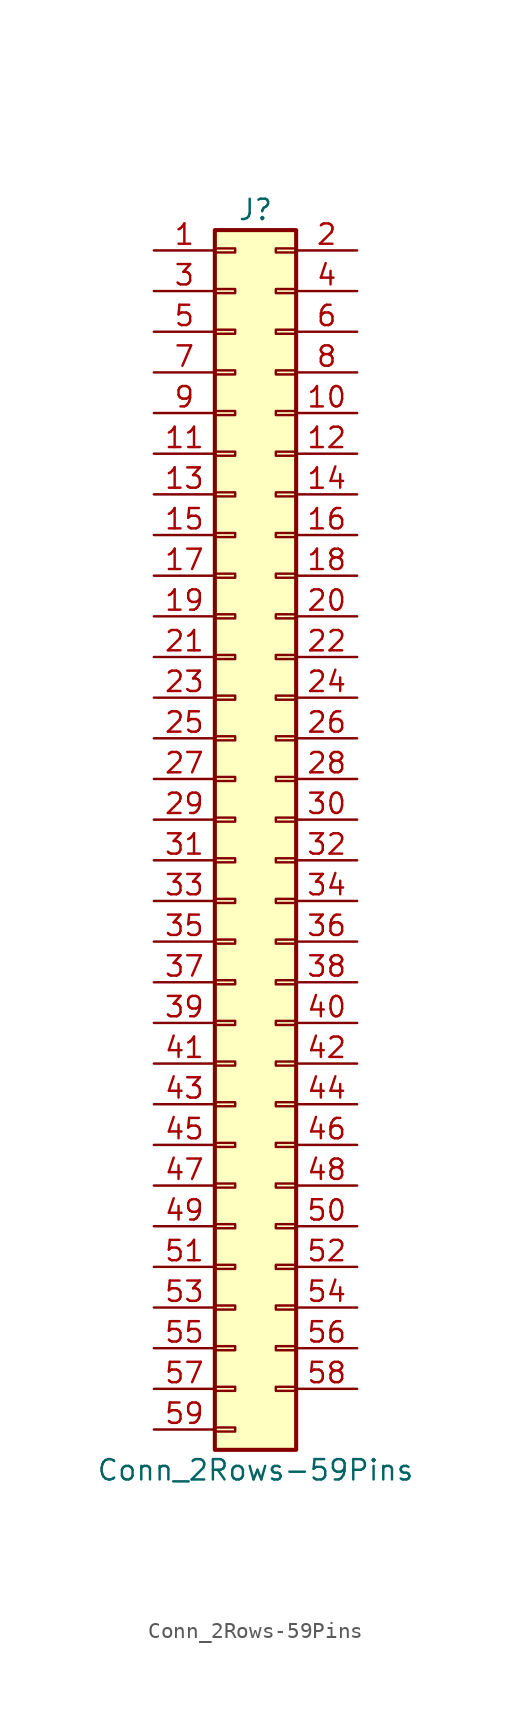
<source format=kicad_sym>
(kicad_symbol_lib
  (version 20200908)
  (generator kicad_symbol_editor)
  (symbol "Connector_Generic:Conn_2Rows-59Pins"
    (pin_names
      (offset 1.016) hide)
    (property "Reference" "J"
      (at 1.27 38.1 0)
      (effects (font (size 1.27 1.27))))
    (property "Value" "Conn_2Rows-59Pins"
      (at 1.27 -40.64 0)
      (effects (font (size 1.27 1.27))))
    (symbol "Conn_2Rows-59Pins_1_1"
      (rectangle (start -1.27 -27.813) (end 0 -28.067) (stroke (width 0.152)) (fill (type none)))
      (rectangle (start -1.27 -30.353) (end 0 -30.607) (stroke (width 0.152)) (fill (type none)))
      (rectangle (start -1.27 -32.893) (end 0 -33.147) (stroke (width 0.152)) (fill (type none)))
      (rectangle (start -1.27 -35.433) (end 0 -35.687) (stroke (width 0.152)) (fill (type none)))
      (rectangle (start -1.27 -37.973) (end 0 -38.227) (stroke (width 0.152)) (fill (type none)))
      (rectangle (start -1.27 -4.953) (end 0 -5.207) (stroke (width 0.152)) (fill (type none)))
      (rectangle (start -1.27 -7.493) (end 0 -7.747) (stroke (width 0.152)) (fill (type none)))
      (rectangle (start -1.27 -10.033) (end 0 -10.287) (stroke (width 0.152)) (fill (type none)))
      (rectangle (start -1.27 -12.573) (end 0 -12.827) (stroke (width 0.152)) (fill (type none)))
      (rectangle (start -1.27 -15.113) (end 0 -15.367) (stroke (width 0.152)) (fill (type none)))
      (rectangle (start -1.27 -17.653) (end 0 -17.907) (stroke (width 0.152)) (fill (type none)))
      (rectangle (start -1.27 -20.193) (end 0 -20.447) (stroke (width 0.152)) (fill (type none)))
      (rectangle (start -1.27 -22.733) (end 0 -22.987) (stroke (width 0.152)) (fill (type none)))
      (rectangle (start -1.27 -2.413) (end 0 -2.667) (stroke (width 0.152)) (fill (type none)))
      (rectangle (start -1.27 -25.273) (end 0 -25.527) (stroke (width 0.152)) (fill (type none)))
      (rectangle (start -1.27 25.527) (end 0 25.273) (stroke (width 0.152)) (fill (type none)))
      (rectangle (start -1.27 2.667) (end 0 2.413) (stroke (width 0.152)) (fill (type none)))
      (rectangle (start -1.27 28.067) (end 0 27.813) (stroke (width 0.152)) (fill (type none)))
      (rectangle (start -1.27 30.607) (end 0 30.353) (stroke (width 0.152)) (fill (type none)))
      (rectangle (start -1.27 33.147) (end 0 32.893) (stroke (width 0.152)) (fill (type none)))
      (rectangle (start -1.27 35.687) (end 0 35.433) (stroke (width 0.152)) (fill (type none)))
      (rectangle (start -1.27 36.83) (end 3.81 -39.37) (stroke (width 0.254)) (fill (type background)))
      (rectangle (start -1.27 5.207) (end 0 4.953) (stroke (width 0.152)) (fill (type none)))
      (rectangle (start -1.27 7.747) (end 0 7.493) (stroke (width 0.152)) (fill (type none)))
      (rectangle (start -1.27 10.287) (end 0 10.033) (stroke (width 0.152)) (fill (type none)))
      (rectangle (start -1.27 0.127) (end 0 -0.127) (stroke (width 0.152)) (fill (type none)))
      (rectangle (start -1.27 12.827) (end 0 12.573) (stroke (width 0.152)) (fill (type none)))
      (rectangle (start -1.27 15.367) (end 0 15.113) (stroke (width 0.152)) (fill (type none)))
      (rectangle (start -1.27 17.907) (end 0 17.653) (stroke (width 0.152)) (fill (type none)))
      (rectangle (start -1.27 20.447) (end 0 20.193) (stroke (width 0.152)) (fill (type none)))
      (rectangle (start -1.27 22.987) (end 0 22.733) (stroke (width 0.152)) (fill (type none)))
      (rectangle (start 3.81 -27.813) (end 2.54 -28.067) (stroke (width 0.152)) (fill (type none)))
      (rectangle (start 3.81 -30.353) (end 2.54 -30.607) (stroke (width 0.152)) (fill (type none)))
      (rectangle (start 3.81 -32.893) (end 2.54 -33.147) (stroke (width 0.152)) (fill (type none)))
      (rectangle (start 3.81 -35.433) (end 2.54 -35.687) (stroke (width 0.152)) (fill (type none)))
      (rectangle (start 3.81 -4.953) (end 2.54 -5.207) (stroke (width 0.152)) (fill (type none)))
      (rectangle (start 3.81 -7.493) (end 2.54 -7.747) (stroke (width 0.152)) (fill (type none)))
      (rectangle (start 3.81 -10.033) (end 2.54 -10.287) (stroke (width 0.152)) (fill (type none)))
      (rectangle (start 3.81 -12.573) (end 2.54 -12.827) (stroke (width 0.152)) (fill (type none)))
      (rectangle (start 3.81 -15.113) (end 2.54 -15.367) (stroke (width 0.152)) (fill (type none)))
      (rectangle (start 3.81 -17.653) (end 2.54 -17.907) (stroke (width 0.152)) (fill (type none)))
      (rectangle (start 3.81 -20.193) (end 2.54 -20.447) (stroke (width 0.152)) (fill (type none)))
      (rectangle (start 3.81 -22.733) (end 2.54 -22.987) (stroke (width 0.152)) (fill (type none)))
      (rectangle (start 3.81 -2.413) (end 2.54 -2.667) (stroke (width 0.152)) (fill (type none)))
      (rectangle (start 3.81 -25.273) (end 2.54 -25.527) (stroke (width 0.152)) (fill (type none)))
      (rectangle (start 3.81 25.527) (end 2.54 25.273) (stroke (width 0.152)) (fill (type none)))
      (rectangle (start 3.81 2.667) (end 2.54 2.413) (stroke (width 0.152)) (fill (type none)))
      (rectangle (start 3.81 28.067) (end 2.54 27.813) (stroke (width 0.152)) (fill (type none)))
      (rectangle (start 3.81 30.607) (end 2.54 30.353) (stroke (width 0.152)) (fill (type none)))
      (rectangle (start 3.81 33.147) (end 2.54 32.893) (stroke (width 0.152)) (fill (type none)))
      (rectangle (start 3.81 35.687) (end 2.54 35.433) (stroke (width 0.152)) (fill (type none)))
      (rectangle (start 3.81 5.207) (end 2.54 4.953) (stroke (width 0.152)) (fill (type none)))
      (rectangle (start 3.81 7.747) (end 2.54 7.493) (stroke (width 0.152)) (fill (type none)))
      (rectangle (start 3.81 10.287) (end 2.54 10.033) (stroke (width 0.152)) (fill (type none)))
      (rectangle (start 3.81 0.127) (end 2.54 -0.127) (stroke (width 0.152)) (fill (type none)))
      (rectangle (start 3.81 12.827) (end 2.54 12.573) (stroke (width 0.152)) (fill (type none)))
      (rectangle (start 3.81 15.367) (end 2.54 15.113) (stroke (width 0.152)) (fill (type none)))
      (rectangle (start 3.81 17.907) (end 2.54 17.653) (stroke (width 0.152)) (fill (type none)))
      (rectangle (start 3.81 20.447) (end 2.54 20.193) (stroke (width 0.152)) (fill (type none)))
      (rectangle (start 3.81 22.987) (end 2.54 22.733) (stroke (width 0.152)) (fill (type none)))
      (pin passive line (at -5.08 35.56 0) (length 3.81) (name "Pin_1" (effects (font (size 1.27 1.27)))) (number "1" (effects (font (size 1.27 1.27)))))
      (pin passive line (at 7.62 25.4 180) (length 3.81) (name "Pin_10" (effects (font (size 1.27 1.27)))) (number "10" (effects (font (size 1.27 1.27)))))
      (pin passive line (at -5.08 22.86 0) (length 3.81) (name "Pin_11" (effects (font (size 1.27 1.27)))) (number "11" (effects (font (size 1.27 1.27)))))
      (pin passive line (at 7.62 22.86 180) (length 3.81) (name "Pin_12" (effects (font (size 1.27 1.27)))) (number "12" (effects (font (size 1.27 1.27)))))
      (pin passive line (at -5.08 20.32 0) (length 3.81) (name "Pin_13" (effects (font (size 1.27 1.27)))) (number "13" (effects (font (size 1.27 1.27)))))
      (pin passive line (at 7.62 20.32 180) (length 3.81) (name "Pin_14" (effects (font (size 1.27 1.27)))) (number "14" (effects (font (size 1.27 1.27)))))
      (pin passive line (at -5.08 17.78 0) (length 3.81) (name "Pin_15" (effects (font (size 1.27 1.27)))) (number "15" (effects (font (size 1.27 1.27)))))
      (pin passive line (at 7.62 17.78 180) (length 3.81) (name "Pin_16" (effects (font (size 1.27 1.27)))) (number "16" (effects (font (size 1.27 1.27)))))
      (pin passive line (at -5.08 15.24 0) (length 3.81) (name "Pin_17" (effects (font (size 1.27 1.27)))) (number "17" (effects (font (size 1.27 1.27)))))
      (pin passive line (at 7.62 15.24 180) (length 3.81) (name "Pin_18" (effects (font (size 1.27 1.27)))) (number "18" (effects (font (size 1.27 1.27)))))
      (pin passive line (at -5.08 12.7 0) (length 3.81) (name "Pin_19" (effects (font (size 1.27 1.27)))) (number "19" (effects (font (size 1.27 1.27)))))
      (pin passive line (at 7.62 35.56 180) (length 3.81) (name "Pin_2" (effects (font (size 1.27 1.27)))) (number "2" (effects (font (size 1.27 1.27)))))
      (pin passive line (at 7.62 12.7 180) (length 3.81) (name "Pin_20" (effects (font (size 1.27 1.27)))) (number "20" (effects (font (size 1.27 1.27)))))
      (pin passive line (at -5.08 10.16 0) (length 3.81) (name "Pin_21" (effects (font (size 1.27 1.27)))) (number "21" (effects (font (size 1.27 1.27)))))
      (pin passive line (at 7.62 10.16 180) (length 3.81) (name "Pin_22" (effects (font (size 1.27 1.27)))) (number "22" (effects (font (size 1.27 1.27)))))
      (pin passive line (at -5.08 7.62 0) (length 3.81) (name "Pin_23" (effects (font (size 1.27 1.27)))) (number "23" (effects (font (size 1.27 1.27)))))
      (pin passive line (at 7.62 7.62 180) (length 3.81) (name "Pin_24" (effects (font (size 1.27 1.27)))) (number "24" (effects (font (size 1.27 1.27)))))
      (pin passive line (at -5.08 5.08 0) (length 3.81) (name "Pin_25" (effects (font (size 1.27 1.27)))) (number "25" (effects (font (size 1.27 1.27)))))
      (pin passive line (at 7.62 5.08 180) (length 3.81) (name "Pin_26" (effects (font (size 1.27 1.27)))) (number "26" (effects (font (size 1.27 1.27)))))
      (pin passive line (at -5.08 2.54 0) (length 3.81) (name "Pin_27" (effects (font (size 1.27 1.27)))) (number "27" (effects (font (size 1.27 1.27)))))
      (pin passive line (at 7.62 2.54 180) (length 3.81) (name "Pin_28" (effects (font (size 1.27 1.27)))) (number "28" (effects (font (size 1.27 1.27)))))
      (pin passive line (at -5.08 0 0) (length 3.81) (name "Pin_29" (effects (font (size 1.27 1.27)))) (number "29" (effects (font (size 1.27 1.27)))))
      (pin passive line (at -5.08 33.02 0) (length 3.81) (name "Pin_3" (effects (font (size 1.27 1.27)))) (number "3" (effects (font (size 1.27 1.27)))))
      (pin passive line (at 7.62 0 180) (length 3.81) (name "Pin_30" (effects (font (size 1.27 1.27)))) (number "30" (effects (font (size 1.27 1.27)))))
      (pin passive line (at -5.08 -2.54 0) (length 3.81) (name "Pin_31" (effects (font (size 1.27 1.27)))) (number "31" (effects (font (size 1.27 1.27)))))
      (pin passive line (at 7.62 -2.54 180) (length 3.81) (name "Pin_32" (effects (font (size 1.27 1.27)))) (number "32" (effects (font (size 1.27 1.27)))))
      (pin passive line (at -5.08 -5.08 0) (length 3.81) (name "Pin_33" (effects (font (size 1.27 1.27)))) (number "33" (effects (font (size 1.27 1.27)))))
      (pin passive line (at 7.62 -5.08 180) (length 3.81) (name "Pin_34" (effects (font (size 1.27 1.27)))) (number "34" (effects (font (size 1.27 1.27)))))
      (pin passive line (at -5.08 -7.62 0) (length 3.81) (name "Pin_35" (effects (font (size 1.27 1.27)))) (number "35" (effects (font (size 1.27 1.27)))))
      (pin passive line (at 7.62 -7.62 180) (length 3.81) (name "Pin_36" (effects (font (size 1.27 1.27)))) (number "36" (effects (font (size 1.27 1.27)))))
      (pin passive line (at -5.08 -10.16 0) (length 3.81) (name "Pin_37" (effects (font (size 1.27 1.27)))) (number "37" (effects (font (size 1.27 1.27)))))
      (pin passive line (at 7.62 -10.16 180) (length 3.81) (name "Pin_38" (effects (font (size 1.27 1.27)))) (number "38" (effects (font (size 1.27 1.27)))))
      (pin passive line (at -5.08 -12.7 0) (length 3.81) (name "Pin_39" (effects (font (size 1.27 1.27)))) (number "39" (effects (font (size 1.27 1.27)))))
      (pin passive line (at 7.62 33.02 180) (length 3.81) (name "Pin_4" (effects (font (size 1.27 1.27)))) (number "4" (effects (font (size 1.27 1.27)))))
      (pin passive line (at 7.62 -12.7 180) (length 3.81) (name "Pin_40" (effects (font (size 1.27 1.27)))) (number "40" (effects (font (size 1.27 1.27)))))
      (pin passive line (at -5.08 -15.24 0) (length 3.81) (name "Pin_41" (effects (font (size 1.27 1.27)))) (number "41" (effects (font (size 1.27 1.27)))))
      (pin passive line (at 7.62 -15.24 180) (length 3.81) (name "Pin_42" (effects (font (size 1.27 1.27)))) (number "42" (effects (font (size 1.27 1.27)))))
      (pin passive line (at -5.08 -17.78 0) (length 3.81) (name "Pin_43" (effects (font (size 1.27 1.27)))) (number "43" (effects (font (size 1.27 1.27)))))
      (pin passive line (at 7.62 -17.78 180) (length 3.81) (name "Pin_44" (effects (font (size 1.27 1.27)))) (number "44" (effects (font (size 1.27 1.27)))))
      (pin passive line (at -5.08 -20.32 0) (length 3.81) (name "Pin_45" (effects (font (size 1.27 1.27)))) (number "45" (effects (font (size 1.27 1.27)))))
      (pin passive line (at 7.62 -20.32 180) (length 3.81) (name "Pin_46" (effects (font (size 1.27 1.27)))) (number "46" (effects (font (size 1.27 1.27)))))
      (pin passive line (at -5.08 -22.86 0) (length 3.81) (name "Pin_47" (effects (font (size 1.27 1.27)))) (number "47" (effects (font (size 1.27 1.27)))))
      (pin passive line (at 7.62 -22.86 180) (length 3.81) (name "Pin_48" (effects (font (size 1.27 1.27)))) (number "48" (effects (font (size 1.27 1.27)))))
      (pin passive line (at -5.08 -25.4 0) (length 3.81) (name "Pin_49" (effects (font (size 1.27 1.27)))) (number "49" (effects (font (size 1.27 1.27)))))
      (pin passive line (at -5.08 30.48 0) (length 3.81) (name "Pin_5" (effects (font (size 1.27 1.27)))) (number "5" (effects (font (size 1.27 1.27)))))
      (pin passive line (at 7.62 -25.4 180) (length 3.81) (name "Pin_50" (effects (font (size 1.27 1.27)))) (number "50" (effects (font (size 1.27 1.27)))))
      (pin passive line (at -5.08 -27.94 0) (length 3.81) (name "Pin_51" (effects (font (size 1.27 1.27)))) (number "51" (effects (font (size 1.27 1.27)))))
      (pin passive line (at 7.62 -27.94 180) (length 3.81) (name "Pin_52" (effects (font (size 1.27 1.27)))) (number "52" (effects (font (size 1.27 1.27)))))
      (pin passive line (at -5.08 -30.48 0) (length 3.81) (name "Pin_53" (effects (font (size 1.27 1.27)))) (number "53" (effects (font (size 1.27 1.27)))))
      (pin passive line (at 7.62 -30.48 180) (length 3.81) (name "Pin_54" (effects (font (size 1.27 1.27)))) (number "54" (effects (font (size 1.27 1.27)))))
      (pin passive line (at -5.08 -33.02 0) (length 3.81) (name "Pin_55" (effects (font (size 1.27 1.27)))) (number "55" (effects (font (size 1.27 1.27)))))
      (pin passive line (at 7.62 -33.02 180) (length 3.81) (name "Pin_56" (effects (font (size 1.27 1.27)))) (number "56" (effects (font (size 1.27 1.27)))))
      (pin passive line (at -5.08 -35.56 0) (length 3.81) (name "Pin_57" (effects (font (size 1.27 1.27)))) (number "57" (effects (font (size 1.27 1.27)))))
      (pin passive line (at 7.62 -35.56 180) (length 3.81) (name "Pin_58" (effects (font (size 1.27 1.27)))) (number "58" (effects (font (size 1.27 1.27)))))
      (pin passive line (at -5.08 -38.1 0) (length 3.81) (name "Pin_59" (effects (font (size 1.27 1.27)))) (number "59" (effects (font (size 1.27 1.27)))))
      (pin passive line (at 7.62 30.48 180) (length 3.81) (name "Pin_6" (effects (font (size 1.27 1.27)))) (number "6" (effects (font (size 1.27 1.27)))))
      (pin passive line (at -5.08 27.94 0) (length 3.81) (name "Pin_7" (effects (font (size 1.27 1.27)))) (number "7" (effects (font (size 1.27 1.27)))))
      (pin passive line (at 7.62 27.94 180) (length 3.81) (name "Pin_8" (effects (font (size 1.27 1.27)))) (number "8" (effects (font (size 1.27 1.27)))))
      (pin passive line (at -5.08 25.4 0) (length 3.81) (name "Pin_9" (effects (font (size 1.27 1.27)))) (number "9" (effects (font (size 1.27 1.27))))))))
</source>
